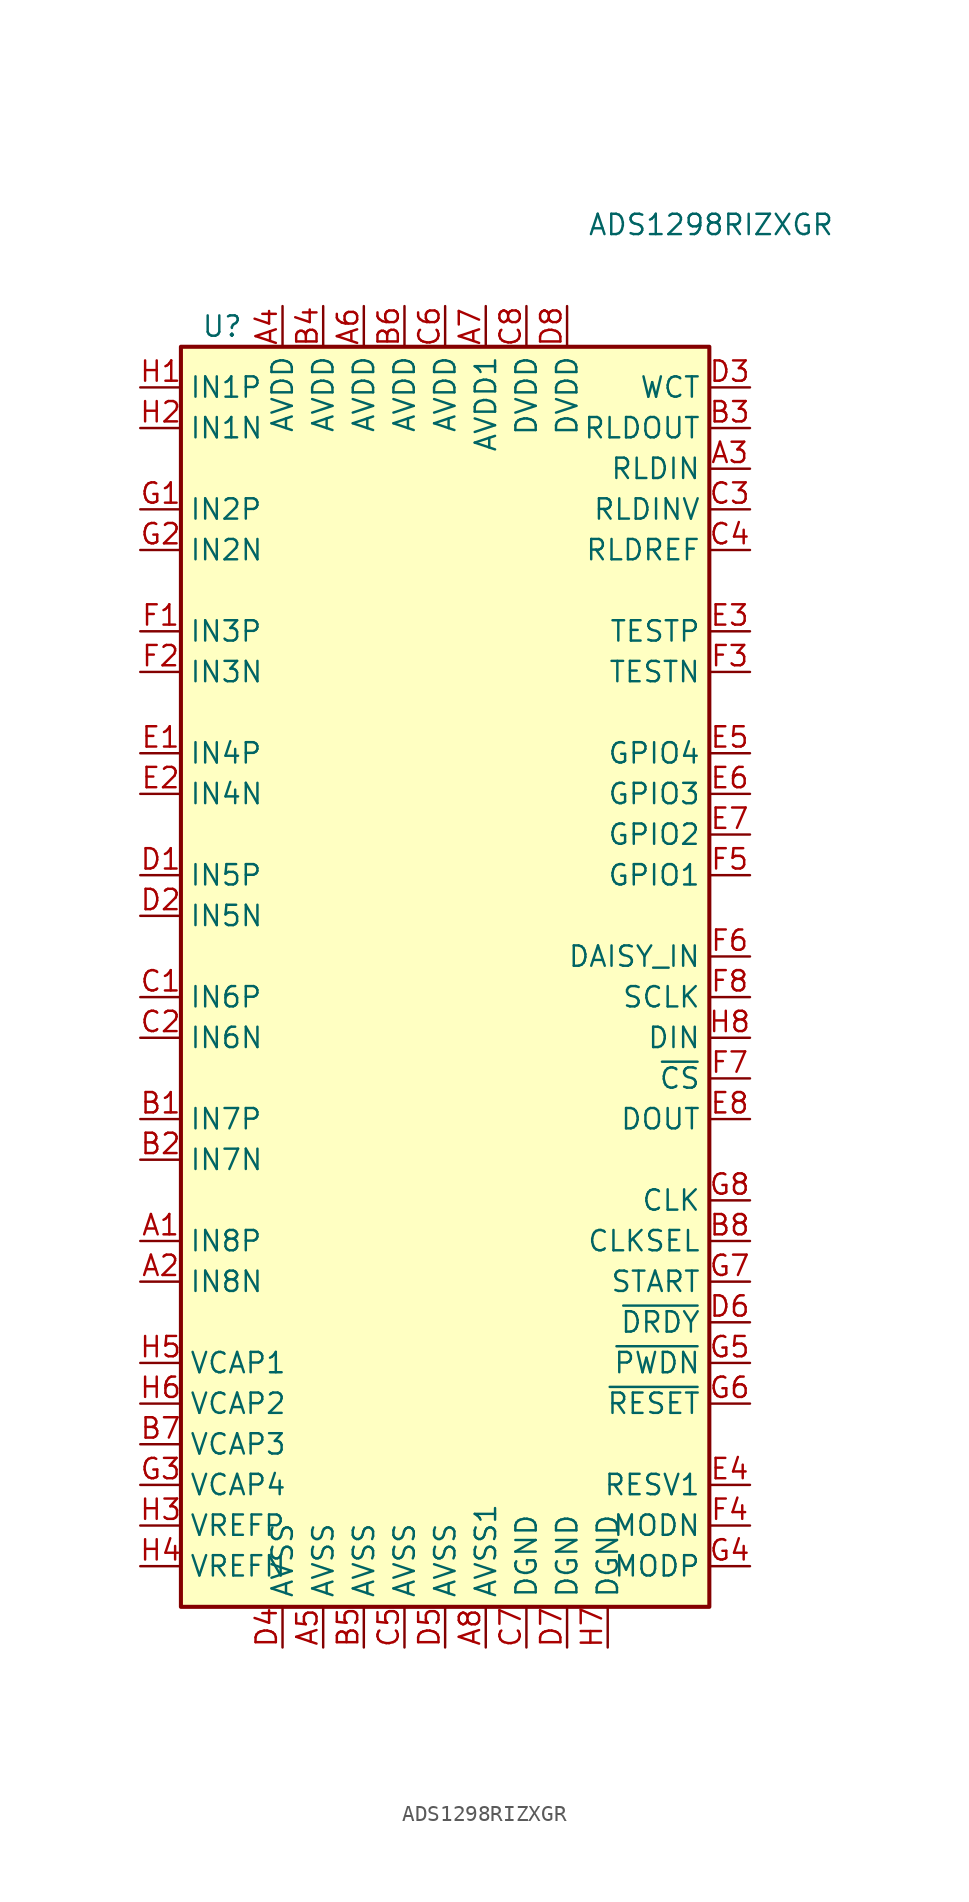
<source format=kicad_sym>
(kicad_symbol_lib
  (version 20220914)
  (generator kicad_symbol_editor)
  (symbol "ADS1298RIZXGR"
    (property "Reference" "U"
      (at -16.51 44.45 0)
      (effects (font (size 1.27 1.27)) (justify left)))
    (property "Value" "ADS1298RIZXGR"
      (at 7.62 50.8 0)
      (effects (font (size 1.27 1.27)) (justify left)))
    (symbol "ADS1298RIZXGR_0_1"
      (rectangle (start -17.78 43.18) (end 15.24 -35.56) (stroke (width 0.254) (type default)) (fill (type background))))
    (symbol "ADS1298RIZXGR_1_1"
      (pin input line (at -20.32 -12.7 0) (length 2.54) (name "IN8P" (effects (font (size 1.27 1.27)))) (number "A1" (effects (font (size 1.27 1.27)))))
      (pin input line (at -20.32 -15.24 0) (length 2.54) (name "IN8N" (effects (font (size 1.27 1.27)))) (number "A2" (effects (font (size 1.27 1.27)))))
      (pin input line (at 17.78 35.56 180) (length 2.54) (name "RLDIN" (effects (font (size 1.27 1.27)))) (number "A3" (effects (font (size 1.27 1.27)))))
      (pin power_in line (at -11.43 45.72 270) (length 2.54) (name "AVDD" (effects (font (size 1.27 1.27)))) (number "A4" (effects (font (size 1.27 1.27)))))
      (pin power_in line (at -8.89 -38.1 90) (length 2.54) (name "AVSS" (effects (font (size 1.27 1.27)))) (number "A5" (effects (font (size 1.27 1.27)))))
      (pin power_in line (at -6.35 45.72 270) (length 2.54) (name "AVDD" (effects (font (size 1.27 1.27)))) (number "A6" (effects (font (size 1.27 1.27)))))
      (pin power_in line (at 1.27 45.72 270) (length 2.54) (name "AVDD1" (effects (font (size 1.27 1.27)))) (number "A7" (effects (font (size 1.27 1.27)))))
      (pin power_in line (at 1.27 -38.1 90) (length 2.54) (name "AVSS1" (effects (font (size 1.27 1.27)))) (number "A8" (effects (font (size 1.27 1.27)))))
      (pin input line (at -20.32 -5.08 0) (length 2.54) (name "IN7P" (effects (font (size 1.27 1.27)))) (number "B1" (effects (font (size 1.27 1.27)))))
      (pin input line (at -20.32 -7.62 0) (length 2.54) (name "IN7N" (effects (font (size 1.27 1.27)))) (number "B2" (effects (font (size 1.27 1.27)))))
      (pin output line (at 17.78 38.1 180) (length 2.54) (name "RLDOUT" (effects (font (size 1.27 1.27)))) (number "B3" (effects (font (size 1.27 1.27)))))
      (pin power_in line (at -8.89 45.72 270) (length 2.54) (name "AVDD" (effects (font (size 1.27 1.27)))) (number "B4" (effects (font (size 1.27 1.27)))))
      (pin power_in line (at -6.35 -38.1 90) (length 2.54) (name "AVSS" (effects (font (size 1.27 1.27)))) (number "B5" (effects (font (size 1.27 1.27)))))
      (pin power_in line (at -3.81 45.72 270) (length 2.54) (name "AVDD" (effects (font (size 1.27 1.27)))) (number "B6" (effects (font (size 1.27 1.27)))))
      (pin passive line (at -20.32 -25.4 0) (length 2.54) (name "VCAP3" (effects (font (size 1.27 1.27)))) (number "B7" (effects (font (size 1.27 1.27)))))
      (pin input line (at 17.78 -12.7 180) (length 2.54) (name "CLKSEL" (effects (font (size 1.27 1.27)))) (number "B8" (effects (font (size 1.27 1.27)))))
      (pin input line (at -20.32 2.54 0) (length 2.54) (name "IN6P" (effects (font (size 1.27 1.27)))) (number "C1" (effects (font (size 1.27 1.27)))))
      (pin input line (at -20.32 0 0) (length 2.54) (name "IN6N" (effects (font (size 1.27 1.27)))) (number "C2" (effects (font (size 1.27 1.27)))))
      (pin input line (at 17.78 33.02 180) (length 2.54) (name "RLDINV" (effects (font (size 1.27 1.27)))) (number "C3" (effects (font (size 1.27 1.27)))))
      (pin input line (at 17.78 30.48 180) (length 2.54) (name "RLDREF" (effects (font (size 1.27 1.27)))) (number "C4" (effects (font (size 1.27 1.27)))))
      (pin power_in line (at -3.81 -38.1 90) (length 2.54) (name "AVSS" (effects (font (size 1.27 1.27)))) (number "C5" (effects (font (size 1.27 1.27)))))
      (pin power_in line (at -1.27 45.72 270) (length 2.54) (name "AVDD" (effects (font (size 1.27 1.27)))) (number "C6" (effects (font (size 1.27 1.27)))))
      (pin power_in line (at 3.81 -38.1 90) (length 2.54) (name "DGND" (effects (font (size 1.27 1.27)))) (number "C7" (effects (font (size 1.27 1.27)))))
      (pin power_in line (at 3.81 45.72 270) (length 2.54) (name "DVDD" (effects (font (size 1.27 1.27)))) (number "C8" (effects (font (size 1.27 1.27)))))
      (pin input line (at -20.32 10.16 0) (length 2.54) (name "IN5P" (effects (font (size 1.27 1.27)))) (number "D1" (effects (font (size 1.27 1.27)))))
      (pin input line (at -20.32 7.62 0) (length 2.54) (name "IN5N" (effects (font (size 1.27 1.27)))) (number "D2" (effects (font (size 1.27 1.27)))))
      (pin output line (at 17.78 40.64 180) (length 2.54) (name "WCT" (effects (font (size 1.27 1.27)))) (number "D3" (effects (font (size 1.27 1.27)))))
      (pin power_in line (at -11.43 -38.1 90) (length 2.54) (name "AVSS" (effects (font (size 1.27 1.27)))) (number "D4" (effects (font (size 1.27 1.27)))))
      (pin power_in line (at -1.27 -38.1 90) (length 2.54) (name "AVSS" (effects (font (size 1.27 1.27)))) (number "D5" (effects (font (size 1.27 1.27)))))
      (pin output line (at 17.78 -17.78 180) (length 2.54) (name "~{DRDY}" (effects (font (size 1.27 1.27)))) (number "D6" (effects (font (size 1.27 1.27)))))
      (pin power_in line (at 6.35 -38.1 90) (length 2.54) (name "DGND" (effects (font (size 1.27 1.27)))) (number "D7" (effects (font (size 1.27 1.27)))))
      (pin power_in line (at 6.35 45.72 270) (length 2.54) (name "DVDD" (effects (font (size 1.27 1.27)))) (number "D8" (effects (font (size 1.27 1.27)))))
      (pin input line (at -20.32 17.78 0) (length 2.54) (name "IN4P" (effects (font (size 1.27 1.27)))) (number "E1" (effects (font (size 1.27 1.27)))))
      (pin input line (at -20.32 15.24 0) (length 2.54) (name "IN4N" (effects (font (size 1.27 1.27)))) (number "E2" (effects (font (size 1.27 1.27)))))
      (pin bidirectional line (at 17.78 25.4 180) (length 2.54) (name "TESTP" (effects (font (size 1.27 1.27)))) (number "E3" (effects (font (size 1.27 1.27)))))
      (pin input line (at 17.78 -27.94 180) (length 2.54) (name "RESV1" (effects (font (size 1.27 1.27)))) (number "E4" (effects (font (size 1.27 1.27)))))
      (pin bidirectional line (at 17.78 17.78 180) (length 2.54) (name "GPIO4" (effects (font (size 1.27 1.27)))) (number "E5" (effects (font (size 1.27 1.27)))))
      (pin bidirectional line (at 17.78 15.24 180) (length 2.54) (name "GPIO3" (effects (font (size 1.27 1.27)))) (number "E6" (effects (font (size 1.27 1.27)))))
      (pin bidirectional line (at 17.78 12.7 180) (length 2.54) (name "GPIO2" (effects (font (size 1.27 1.27)))) (number "E7" (effects (font (size 1.27 1.27)))))
      (pin output line (at 17.78 -5.08 180) (length 2.54) (name "DOUT" (effects (font (size 1.27 1.27)))) (number "E8" (effects (font (size 1.27 1.27)))))
      (pin input line (at -20.32 25.4 0) (length 2.54) (name "IN3P" (effects (font (size 1.27 1.27)))) (number "F1" (effects (font (size 1.27 1.27)))))
      (pin input line (at -20.32 22.86 0) (length 2.54) (name "IN3N" (effects (font (size 1.27 1.27)))) (number "F2" (effects (font (size 1.27 1.27)))))
      (pin bidirectional line (at 17.78 22.86 180) (length 2.54) (name "TESTN" (effects (font (size 1.27 1.27)))) (number "F3" (effects (font (size 1.27 1.27)))))
      (pin output line (at 17.78 -30.48 180) (length 2.54) (name "MODN" (effects (font (size 1.27 1.27)))) (number "F4" (effects (font (size 1.27 1.27)))))
      (pin bidirectional line (at 17.78 10.16 180) (length 2.54) (name "GPIO1" (effects (font (size 1.27 1.27)))) (number "F5" (effects (font (size 1.27 1.27)))))
      (pin input line (at 17.78 5.08 180) (length 2.54) (name "DAISY_IN" (effects (font (size 1.27 1.27)))) (number "F6" (effects (font (size 1.27 1.27)))))
      (pin input line (at 17.78 -2.54 180) (length 2.54) (name "~{CS}" (effects (font (size 1.27 1.27)))) (number "F7" (effects (font (size 1.27 1.27)))))
      (pin input line (at 17.78 2.54 180) (length 2.54) (name "SCLK" (effects (font (size 1.27 1.27)))) (number "F8" (effects (font (size 1.27 1.27)))))
      (pin input line (at -20.32 33.02 0) (length 2.54) (name "IN2P" (effects (font (size 1.27 1.27)))) (number "G1" (effects (font (size 1.27 1.27)))))
      (pin input line (at -20.32 30.48 0) (length 2.54) (name "IN2N" (effects (font (size 1.27 1.27)))) (number "G2" (effects (font (size 1.27 1.27)))))
      (pin passive line (at -20.32 -27.94 0) (length 2.54) (name "VCAP4" (effects (font (size 1.27 1.27)))) (number "G3" (effects (font (size 1.27 1.27)))))
      (pin output line (at 17.78 -33.02 180) (length 2.54) (name "MODP" (effects (font (size 1.27 1.27)))) (number "G4" (effects (font (size 1.27 1.27)))))
      (pin input line (at 17.78 -20.32 180) (length 2.54) (name "~{PWDN}" (effects (font (size 1.27 1.27)))) (number "G5" (effects (font (size 1.27 1.27)))))
      (pin input line (at 17.78 -22.86 180) (length 2.54) (name "~{RESET}" (effects (font (size 1.27 1.27)))) (number "G6" (effects (font (size 1.27 1.27)))))
      (pin input line (at 17.78 -15.24 180) (length 2.54) (name "START" (effects (font (size 1.27 1.27)))) (number "G7" (effects (font (size 1.27 1.27)))))
      (pin bidirectional line (at 17.78 -10.16 180) (length 2.54) (name "CLK" (effects (font (size 1.27 1.27)))) (number "G8" (effects (font (size 1.27 1.27)))))
      (pin input line (at -20.32 40.64 0) (length 2.54) (name "IN1P" (effects (font (size 1.27 1.27)))) (number "H1" (effects (font (size 1.27 1.27)))))
      (pin input line (at -20.32 38.1 0) (length 2.54) (name "IN1N" (effects (font (size 1.27 1.27)))) (number "H2" (effects (font (size 1.27 1.27)))))
      (pin passive line (at -20.32 -30.48 0) (length 2.54) (name "VREFP" (effects (font (size 1.27 1.27)))) (number "H3" (effects (font (size 1.27 1.27)))))
      (pin passive line (at -20.32 -33.02 0) (length 2.54) (name "VREFN" (effects (font (size 1.27 1.27)))) (number "H4" (effects (font (size 1.27 1.27)))))
      (pin passive line (at -20.32 -20.32 0) (length 2.54) (name "VCAP1" (effects (font (size 1.27 1.27)))) (number "H5" (effects (font (size 1.27 1.27)))))
      (pin passive line (at -20.32 -22.86 0) (length 2.54) (name "VCAP2" (effects (font (size 1.27 1.27)))) (number "H6" (effects (font (size 1.27 1.27)))))
      (pin power_in line (at 8.89 -38.1 90) (length 2.54) (name "DGND" (effects (font (size 1.27 1.27)))) (number "H7" (effects (font (size 1.27 1.27)))))
      (pin input line (at 17.78 0 180) (length 2.54) (name "DIN" (effects (font (size 1.27 1.27)))) (number "H8" (effects (font (size 1.27 1.27))))))))
</source>
